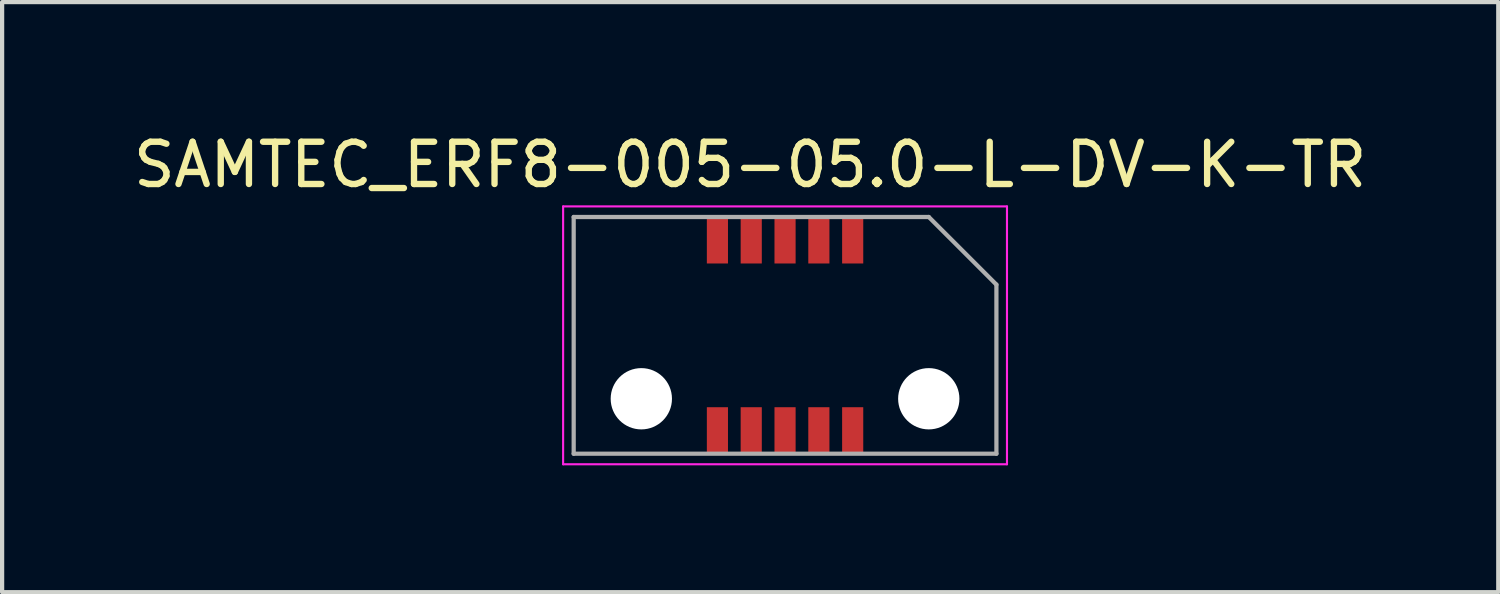
<source format=kicad_pcb>
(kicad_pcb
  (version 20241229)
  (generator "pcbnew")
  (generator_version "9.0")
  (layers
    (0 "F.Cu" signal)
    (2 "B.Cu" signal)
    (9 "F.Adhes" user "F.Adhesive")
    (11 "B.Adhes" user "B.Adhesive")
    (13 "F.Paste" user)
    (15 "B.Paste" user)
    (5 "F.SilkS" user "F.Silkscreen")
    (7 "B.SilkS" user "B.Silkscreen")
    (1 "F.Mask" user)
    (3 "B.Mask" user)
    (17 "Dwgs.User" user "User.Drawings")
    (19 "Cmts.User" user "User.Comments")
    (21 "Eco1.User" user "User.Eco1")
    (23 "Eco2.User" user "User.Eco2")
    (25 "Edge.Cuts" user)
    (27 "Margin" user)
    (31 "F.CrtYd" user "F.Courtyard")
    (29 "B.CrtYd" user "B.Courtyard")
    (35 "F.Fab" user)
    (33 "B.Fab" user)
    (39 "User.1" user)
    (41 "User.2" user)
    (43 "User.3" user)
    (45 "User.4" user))
  (footprint "SAMTEC_ERF8-005-05.0-L-DV-K-TR"
    (layer "F.Cu")
    (at 15.521 4.883)
    (property "Reference" "SAMTEC_ERF8-005-05.0-L-DV-K-TR" (at -0.825 -4.035 0) (layer "F.SilkS") (effects (font (size 1 1) (thickness 0.15))))
    (attr smd)
    (fp_line (start -5.25 -3.05) (end 5.25 -3.05) (stroke (width 0.05) (type solid)) (layer "F.CrtYd"))
    (fp_line (start -5.25 3.05) (end -5.25 -3.05) (stroke (width 0.05) (type solid)) (layer "F.CrtYd"))
    (fp_line (start 5.25 -3.05) (end 5.25 3.05) (stroke (width 0.05) (type solid)) (layer "F.CrtYd"))
    (fp_line (start 5.25 3.05) (end -5.25 3.05) (stroke (width 0.05) (type solid)) (layer "F.CrtYd"))
    (fp_line (start -5 -2.8) (end 3.4 -2.8) (stroke (width 0.1) (type solid)) (layer "F.Fab"))
    (fp_line (start -5 2.8) (end -5 -2.8) (stroke (width 0.1) (type solid)) (layer "F.Fab"))
    (fp_line (start 5 -1.2) (end 3.4 -2.8) (stroke (width 0.1) (type solid)) (layer "F.Fab"))
    (fp_line (start 5 -1.2) (end 5 2.8) (stroke (width 0.1) (type solid)) (layer "F.Fab"))
    (fp_line (start 5 2.8) (end -5 2.8) (stroke (width 0.1) (type solid)) (layer "F.Fab"))
    (pad "" np_thru_hole circle (at -3.4 1.5) (size 1.45 1.45) (drill 1.45) (layers "*.Cu" "*.Mask"))
    (pad "" np_thru_hole circle (at 3.4 1.5) (size 1.45 1.45) (drill 1.45) (layers "*.Cu" "*.Mask"))
    (pad "01" smd rect (at 1.6 -2.25) (size 0.5 1.1) (layers "F.Cu" "F.Mask" "F.Paste"))
    (pad "02" smd rect (at 1.6 2.25) (size 0.5 1.1) (layers "F.Cu" "F.Mask" "F.Paste"))
    (pad "03" smd rect (at 0.8 -2.25) (size 0.5 1.1) (layers "F.Cu" "F.Mask" "F.Paste"))
    (pad "04" smd rect (at 0.8 2.25) (size 0.5 1.1) (layers "F.Cu" "F.Mask" "F.Paste"))
    (pad "05" smd rect (at 0 -2.25) (size 0.5 1.1) (layers "F.Cu" "F.Mask" "F.Paste"))
    (pad "06" smd rect (at 0 2.25) (size 0.5 1.1) (layers "F.Cu" "F.Mask" "F.Paste"))
    (pad "07" smd rect (at -0.8 -2.25) (size 0.5 1.1) (layers "F.Cu" "F.Mask" "F.Paste"))
    (pad "08" smd rect (at -0.8 2.25) (size 0.5 1.1) (layers "F.Cu" "F.Mask" "F.Paste"))
    (pad "09" smd rect (at -1.6 -2.25) (size 0.5 1.1) (layers "F.Cu" "F.Mask" "F.Paste"))
    (pad "10" smd rect (at -1.6 2.25) (size 0.5 1.1) (layers "F.Cu" "F.Mask" "F.Paste")))
  (gr_rect
    (start -3 -3)
    (end 32.393 10.958)
    (stroke (width 0.1) (type default))
    (fill no)
    (layer "Edge.Cuts")))
</source>
